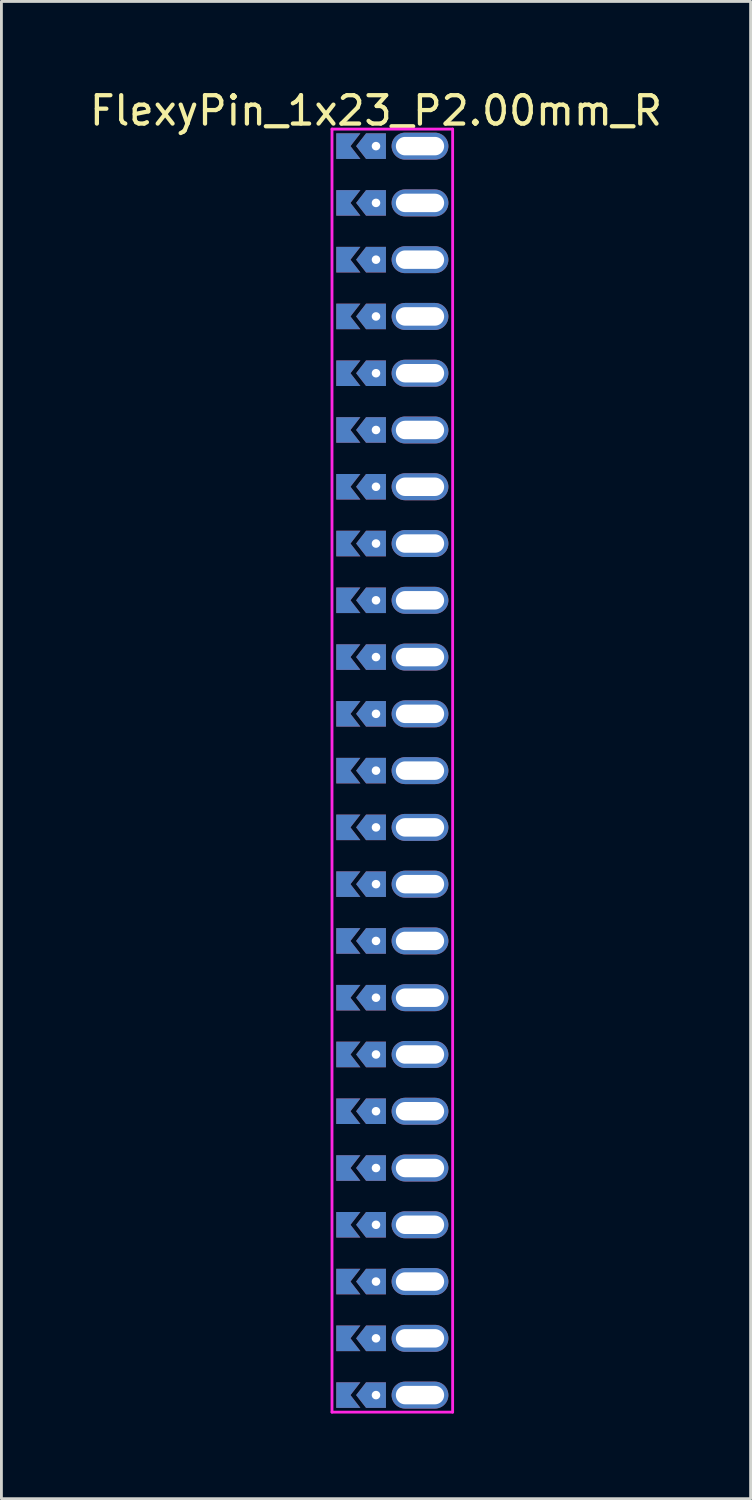
<source format=kicad_pcb>
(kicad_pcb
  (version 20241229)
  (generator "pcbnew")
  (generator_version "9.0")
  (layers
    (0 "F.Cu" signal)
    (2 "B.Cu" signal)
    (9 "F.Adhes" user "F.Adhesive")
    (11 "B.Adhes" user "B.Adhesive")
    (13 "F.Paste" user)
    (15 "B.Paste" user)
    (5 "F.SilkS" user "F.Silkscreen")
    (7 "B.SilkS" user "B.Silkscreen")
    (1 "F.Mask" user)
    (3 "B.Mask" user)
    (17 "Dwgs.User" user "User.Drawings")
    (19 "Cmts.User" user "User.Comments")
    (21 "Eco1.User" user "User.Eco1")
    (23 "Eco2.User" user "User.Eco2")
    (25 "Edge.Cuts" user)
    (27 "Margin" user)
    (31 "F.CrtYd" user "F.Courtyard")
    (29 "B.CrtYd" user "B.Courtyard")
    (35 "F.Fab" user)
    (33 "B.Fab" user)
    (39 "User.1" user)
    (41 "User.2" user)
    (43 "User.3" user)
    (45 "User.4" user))
  (footprint "FlexyPin_1x23_P2.00mm_R"
    (layer "F.Cu")
    (at 10.196 2.098)
    (property "Reference" "FlexyPin_1x23_P2.00mm_R" (at 0 -1.25 0) (layer "F.SilkS") (effects (font (size 1 1) (thickness 0.15))))
    (attr through_hole)
    (fp_line (start -1.55 -0.6) (end 2.7 -0.6) (stroke (width 0.1) (type solid)) (layer "F.CrtYd"))
    (fp_line (start -1.55 44.6) (end -1.55 -0.6) (stroke (width 0.1) (type solid)) (layer "F.CrtYd"))
    (fp_line (start 2.7 -0.6) (end 2.7 44.6) (stroke (width 0.1) (type solid)) (layer "F.CrtYd"))
    (fp_line (start 2.7 44.6) (end -1.55 44.6) (stroke (width 0.1) (type solid)) (layer "F.CrtYd"))
    (pad "" thru_hole custom (at 0 0) (size 0.3 0.3) (drill 0.6) (layers "*.Cu" "*.Mask") (options (anchor rect)) (primitives (gr_poly (pts (xy 0.35 0.45) (xy 0.35 -0.45) (xy -0.35 -0.45) (xy -0.7 0) (xy -0.35 0.45)) (width 0) (fill yes))))
    (pad "" thru_hole custom (at 0 2) (size 0.3 0.3) (drill 0.6) (layers "*.Cu" "*.Mask") (options (anchor rect)) (primitives (gr_poly (pts (xy 0.35 0.45) (xy 0.35 -0.45) (xy -0.35 -0.45) (xy -0.7 0) (xy -0.35 0.45)) (width 0) (fill yes))))
    (pad "" thru_hole custom (at 0 4) (size 0.3 0.3) (drill 0.6) (layers "*.Cu" "*.Mask") (options (anchor rect)) (primitives (gr_poly (pts (xy 0.35 0.45) (xy 0.35 -0.45) (xy -0.35 -0.45) (xy -0.7 0) (xy -0.35 0.45)) (width 0) (fill yes))))
    (pad "" thru_hole custom (at 0 6) (size 0.3 0.3) (drill 0.6) (layers "*.Cu" "*.Mask") (options (anchor rect)) (primitives (gr_poly (pts (xy 0.35 0.45) (xy 0.35 -0.45) (xy -0.35 -0.45) (xy -0.7 0) (xy -0.35 0.45)) (width 0) (fill yes))))
    (pad "" thru_hole custom (at 0 8) (size 0.3 0.3) (drill 0.6) (layers "*.Cu" "*.Mask") (options (anchor rect)) (primitives (gr_poly (pts (xy 0.35 0.45) (xy 0.35 -0.45) (xy -0.35 -0.45) (xy -0.7 0) (xy -0.35 0.45)) (width 0) (fill yes))))
    (pad "" thru_hole custom (at 0 10) (size 0.3 0.3) (drill 0.6) (layers "*.Cu" "*.Mask") (options (anchor rect)) (primitives (gr_poly (pts (xy 0.35 0.45) (xy 0.35 -0.45) (xy -0.35 -0.45) (xy -0.7 0) (xy -0.35 0.45)) (width 0) (fill yes))))
    (pad "" thru_hole custom (at 0 12) (size 0.3 0.3) (drill 0.6) (layers "*.Cu" "*.Mask") (options (anchor rect)) (primitives (gr_poly (pts (xy 0.35 0.45) (xy 0.35 -0.45) (xy -0.35 -0.45) (xy -0.7 0) (xy -0.35 0.45)) (width 0) (fill yes))))
    (pad "" thru_hole custom (at 0 14) (size 0.3 0.3) (drill 0.6) (layers "*.Cu" "*.Mask") (options (anchor rect)) (primitives (gr_poly (pts (xy 0.35 0.45) (xy 0.35 -0.45) (xy -0.35 -0.45) (xy -0.7 0) (xy -0.35 0.45)) (width 0) (fill yes))))
    (pad "" thru_hole custom (at 0 16) (size 0.3 0.3) (drill 0.6) (layers "*.Cu" "*.Mask") (options (anchor rect)) (primitives (gr_poly (pts (xy 0.35 0.45) (xy 0.35 -0.45) (xy -0.35 -0.45) (xy -0.7 0) (xy -0.35 0.45)) (width 0) (fill yes))))
    (pad "" thru_hole custom (at 0 18) (size 0.3 0.3) (drill 0.6) (layers "*.Cu" "*.Mask") (options (anchor rect)) (primitives (gr_poly (pts (xy 0.35 0.45) (xy 0.35 -0.45) (xy -0.35 -0.45) (xy -0.7 0) (xy -0.35 0.45)) (width 0) (fill yes))))
    (pad "" thru_hole custom (at 0 20) (size 0.3 0.3) (drill 0.6) (layers "*.Cu" "*.Mask") (options (anchor rect)) (primitives (gr_poly (pts (xy 0.35 0.45) (xy 0.35 -0.45) (xy -0.35 -0.45) (xy -0.7 0) (xy -0.35 0.45)) (width 0) (fill yes))))
    (pad "" thru_hole custom (at 0 22) (size 0.3 0.3) (drill 0.6) (layers "*.Cu" "*.Mask") (options (anchor rect)) (primitives (gr_poly (pts (xy 0.35 0.45) (xy 0.35 -0.45) (xy -0.35 -0.45) (xy -0.7 0) (xy -0.35 0.45)) (width 0) (fill yes))))
    (pad "" thru_hole custom (at 0 24) (size 0.3 0.3) (drill 0.6) (layers "*.Cu" "*.Mask") (options (anchor rect)) (primitives (gr_poly (pts (xy 0.35 0.45) (xy 0.35 -0.45) (xy -0.35 -0.45) (xy -0.7 0) (xy -0.35 0.45)) (width 0) (fill yes))))
    (pad "" thru_hole custom (at 0 26) (size 0.3 0.3) (drill 0.6) (layers "*.Cu" "*.Mask") (options (anchor rect)) (primitives (gr_poly (pts (xy 0.35 0.45) (xy 0.35 -0.45) (xy -0.35 -0.45) (xy -0.7 0) (xy -0.35 0.45)) (width 0) (fill yes))))
    (pad "" thru_hole custom (at 0 28) (size 0.3 0.3) (drill 0.6) (layers "*.Cu" "*.Mask") (options (anchor rect)) (primitives (gr_poly (pts (xy 0.35 0.45) (xy 0.35 -0.45) (xy -0.35 -0.45) (xy -0.7 0) (xy -0.35 0.45)) (width 0) (fill yes))))
    (pad "" thru_hole custom (at 0 30) (size 0.3 0.3) (drill 0.6) (layers "*.Cu" "*.Mask") (options (anchor rect)) (primitives (gr_poly (pts (xy 0.35 0.45) (xy 0.35 -0.45) (xy -0.35 -0.45) (xy -0.7 0) (xy -0.35 0.45)) (width 0) (fill yes))))
    (pad "" thru_hole custom (at 0 32) (size 0.3 0.3) (drill 0.6) (layers "*.Cu" "*.Mask") (options (anchor rect)) (primitives (gr_poly (pts (xy 0.35 0.45) (xy 0.35 -0.45) (xy -0.35 -0.45) (xy -0.7 0) (xy -0.35 0.45)) (width 0) (fill yes))))
    (pad "" thru_hole custom (at 0 34) (size 0.3 0.3) (drill 0.6) (layers "*.Cu" "*.Mask") (options (anchor rect)) (primitives (gr_poly (pts (xy 0.35 0.45) (xy 0.35 -0.45) (xy -0.35 -0.45) (xy -0.7 0) (xy -0.35 0.45)) (width 0) (fill yes))))
    (pad "" thru_hole custom (at 0 36) (size 0.3 0.3) (drill 0.6) (layers "*.Cu" "*.Mask") (options (anchor rect)) (primitives (gr_poly (pts (xy 0.35 0.45) (xy 0.35 -0.45) (xy -0.35 -0.45) (xy -0.7 0) (xy -0.35 0.45)) (width 0) (fill yes))))
    (pad "" thru_hole custom (at 0 38) (size 0.3 0.3) (drill 0.6) (layers "*.Cu" "*.Mask") (options (anchor rect)) (primitives (gr_poly (pts (xy 0.35 0.45) (xy 0.35 -0.45) (xy -0.35 -0.45) (xy -0.7 0) (xy -0.35 0.45)) (width 0) (fill yes))))
    (pad "" thru_hole custom (at 0 40) (size 0.3 0.3) (drill 0.6) (layers "*.Cu" "*.Mask") (options (anchor rect)) (primitives (gr_poly (pts (xy 0.35 0.45) (xy 0.35 -0.45) (xy -0.35 -0.45) (xy -0.7 0) (xy -0.35 0.45)) (width 0) (fill yes))))
    (pad "" thru_hole custom (at 0 42) (size 0.3 0.3) (drill 0.6) (layers "*.Cu" "*.Mask") (options (anchor rect)) (primitives (gr_poly (pts (xy 0.35 0.45) (xy 0.35 -0.45) (xy -0.35 -0.45) (xy -0.7 0) (xy -0.35 0.45)) (width 0) (fill yes))))
    (pad "" thru_hole custom (at 0 44) (size 0.3 0.3) (drill 0.6) (layers "*.Cu" "*.Mask") (options (anchor rect)) (primitives (gr_poly (pts (xy 0.35 0.45) (xy 0.35 -0.45) (xy -0.35 -0.45) (xy -0.7 0) (xy -0.35 0.45)) (width 0) (fill yes))))
    (pad "" thru_hole oval (at 1.55 0) (size 2 0.95) (drill oval 1.7 0.65) (layers "*.Cu" "*.Mask"))
    (pad "" thru_hole oval (at 1.55 2) (size 2 0.95) (drill oval 1.7 0.65) (layers "*.Cu" "*.Mask"))
    (pad "" thru_hole oval (at 1.55 4) (size 2 0.95) (drill oval 1.7 0.65) (layers "*.Cu" "*.Mask"))
    (pad "" thru_hole oval (at 1.55 6) (size 2 0.95) (drill oval 1.7 0.65) (layers "*.Cu" "*.Mask"))
    (pad "" thru_hole oval (at 1.55 8) (size 2 0.95) (drill oval 1.7 0.65) (layers "*.Cu" "*.Mask"))
    (pad "" thru_hole oval (at 1.55 10) (size 2 0.95) (drill oval 1.7 0.65) (layers "*.Cu" "*.Mask"))
    (pad "" thru_hole oval (at 1.55 12) (size 2 0.95) (drill oval 1.7 0.65) (layers "*.Cu" "*.Mask"))
    (pad "" thru_hole oval (at 1.55 14) (size 2 0.95) (drill oval 1.7 0.65) (layers "*.Cu" "*.Mask"))
    (pad "" thru_hole oval (at 1.55 16) (size 2 0.95) (drill oval 1.7 0.65) (layers "*.Cu" "*.Mask"))
    (pad "" thru_hole oval (at 1.55 18) (size 2 0.95) (drill oval 1.7 0.65) (layers "*.Cu" "*.Mask"))
    (pad "" thru_hole oval (at 1.55 20) (size 2 0.95) (drill oval 1.7 0.65) (layers "*.Cu" "*.Mask"))
    (pad "" thru_hole oval (at 1.55 22) (size 2 0.95) (drill oval 1.7 0.65) (layers "*.Cu" "*.Mask"))
    (pad "" thru_hole oval (at 1.55 24) (size 2 0.95) (drill oval 1.7 0.65) (layers "*.Cu" "*.Mask"))
    (pad "" thru_hole oval (at 1.55 26) (size 2 0.95) (drill oval 1.7 0.65) (layers "*.Cu" "*.Mask"))
    (pad "" thru_hole oval (at 1.55 28) (size 2 0.95) (drill oval 1.7 0.65) (layers "*.Cu" "*.Mask"))
    (pad "" thru_hole oval (at 1.55 30) (size 2 0.95) (drill oval 1.7 0.65) (layers "*.Cu" "*.Mask"))
    (pad "" thru_hole oval (at 1.55 32) (size 2 0.95) (drill oval 1.7 0.65) (layers "*.Cu" "*.Mask"))
    (pad "" thru_hole oval (at 1.55 34) (size 2 0.95) (drill oval 1.7 0.65) (layers "*.Cu" "*.Mask"))
    (pad "" thru_hole oval (at 1.55 36) (size 2 0.95) (drill oval 1.7 0.65) (layers "*.Cu" "*.Mask"))
    (pad "" thru_hole oval (at 1.55 38) (size 2 0.95) (drill oval 1.7 0.65) (layers "*.Cu" "*.Mask"))
    (pad "" thru_hole oval (at 1.55 40) (size 2 0.95) (drill oval 1.7 0.65) (layers "*.Cu" "*.Mask"))
    (pad "" thru_hole oval (at 1.55 42) (size 2 0.95) (drill oval 1.7 0.65) (layers "*.Cu" "*.Mask"))
    (pad "" thru_hole oval (at 1.55 44) (size 2 0.95) (drill oval 1.7 0.65) (layers "*.Cu" "*.Mask"))
    (pad "1" smd custom (at -0.9 0) (size 0.01 0.01) (layers "F.Cu" "F.Mask") (options (anchor rect)) (primitives (gr_poly (pts (xy 0 0) (xy 0.35 0.45) (xy -0.5 0.45) (xy -0.5 -0.45) (xy 0.35 -0.45)) (width 0) (fill yes))))
    (pad "2" smd custom (at -0.9 2) (size 0.01 0.01) (layers "F.Cu" "F.Mask") (options (anchor rect)) (primitives (gr_poly (pts (xy 0 0) (xy 0.35 0.45) (xy -0.5 0.45) (xy -0.5 -0.45) (xy 0.35 -0.45)) (width 0) (fill yes))))
    (pad "3" smd custom (at -0.9 4) (size 0.01 0.01) (layers "F.Cu" "F.Mask") (options (anchor rect)) (primitives (gr_poly (pts (xy 0 0) (xy 0.35 0.45) (xy -0.5 0.45) (xy -0.5 -0.45) (xy 0.35 -0.45)) (width 0) (fill yes))))
    (pad "4" smd custom (at -0.9 6) (size 0.01 0.01) (layers "F.Cu" "F.Mask") (options (anchor rect)) (primitives (gr_poly (pts (xy 0 0) (xy 0.35 0.45) (xy -0.5 0.45) (xy -0.5 -0.45) (xy 0.35 -0.45)) (width 0) (fill yes))))
    (pad "5" smd custom (at -0.9 8) (size 0.01 0.01) (layers "F.Cu" "F.Mask") (options (anchor rect)) (primitives (gr_poly (pts (xy 0 0) (xy 0.35 0.45) (xy -0.5 0.45) (xy -0.5 -0.45) (xy 0.35 -0.45)) (width 0) (fill yes))))
    (pad "6" smd custom (at -0.9 10) (size 0.01 0.01) (layers "F.Cu" "F.Mask") (options (anchor rect)) (primitives (gr_poly (pts (xy 0 0) (xy 0.35 0.45) (xy -0.5 0.45) (xy -0.5 -0.45) (xy 0.35 -0.45)) (width 0) (fill yes))))
    (pad "7" smd custom (at -0.9 12) (size 0.01 0.01) (layers "F.Cu" "F.Mask") (options (anchor rect)) (primitives (gr_poly (pts (xy 0 0) (xy 0.35 0.45) (xy -0.5 0.45) (xy -0.5 -0.45) (xy 0.35 -0.45)) (width 0) (fill yes))))
    (pad "8" smd custom (at -0.9 14) (size 0.01 0.01) (layers "F.Cu" "F.Mask") (options (anchor rect)) (primitives (gr_poly (pts (xy 0 0) (xy 0.35 0.45) (xy -0.5 0.45) (xy -0.5 -0.45) (xy 0.35 -0.45)) (width 0) (fill yes))))
    (pad "9" smd custom (at -0.9 16) (size 0.01 0.01) (layers "F.Cu" "F.Mask") (options (anchor rect)) (primitives (gr_poly (pts (xy 0 0) (xy 0.35 0.45) (xy -0.5 0.45) (xy -0.5 -0.45) (xy 0.35 -0.45)) (width 0) (fill yes))))
    (pad "10" smd custom (at -0.9 18) (size 0.01 0.01) (layers "F.Cu" "F.Mask") (options (anchor rect)) (primitives (gr_poly (pts (xy 0 0) (xy 0.35 0.45) (xy -0.5 0.45) (xy -0.5 -0.45) (xy 0.35 -0.45)) (width 0) (fill yes))))
    (pad "11" smd custom (at -0.9 20) (size 0.01 0.01) (layers "F.Cu" "F.Mask") (options (anchor rect)) (primitives (gr_poly (pts (xy 0 0) (xy 0.35 0.45) (xy -0.5 0.45) (xy -0.5 -0.45) (xy 0.35 -0.45)) (width 0) (fill yes))))
    (pad "12" smd custom (at -0.9 22) (size 0.01 0.01) (layers "F.Cu" "F.Mask") (options (anchor rect)) (primitives (gr_poly (pts (xy 0 0) (xy 0.35 0.45) (xy -0.5 0.45) (xy -0.5 -0.45) (xy 0.35 -0.45)) (width 0) (fill yes))))
    (pad "13" smd custom (at -0.9 24) (size 0.01 0.01) (layers "F.Cu" "F.Mask") (options (anchor rect)) (primitives (gr_poly (pts (xy 0 0) (xy 0.35 0.45) (xy -0.5 0.45) (xy -0.5 -0.45) (xy 0.35 -0.45)) (width 0) (fill yes))))
    (pad "14" smd custom (at -0.9 26) (size 0.01 0.01) (layers "F.Cu" "F.Mask") (options (anchor rect)) (primitives (gr_poly (pts (xy 0 0) (xy 0.35 0.45) (xy -0.5 0.45) (xy -0.5 -0.45) (xy 0.35 -0.45)) (width 0) (fill yes))))
    (pad "15" smd custom (at -0.9 28) (size 0.01 0.01) (layers "F.Cu" "F.Mask") (options (anchor rect)) (primitives (gr_poly (pts (xy 0 0) (xy 0.35 0.45) (xy -0.5 0.45) (xy -0.5 -0.45) (xy 0.35 -0.45)) (width 0) (fill yes))))
    (pad "16" smd custom (at -0.9 30) (size 0.01 0.01) (layers "F.Cu" "F.Mask") (options (anchor rect)) (primitives (gr_poly (pts (xy 0 0) (xy 0.35 0.45) (xy -0.5 0.45) (xy -0.5 -0.45) (xy 0.35 -0.45)) (width 0) (fill yes))))
    (pad "17" smd custom (at -0.9 32) (size 0.01 0.01) (layers "F.Cu" "F.Mask") (options (anchor rect)) (primitives (gr_poly (pts (xy 0 0) (xy 0.35 0.45) (xy -0.5 0.45) (xy -0.5 -0.45) (xy 0.35 -0.45)) (width 0) (fill yes))))
    (pad "18" smd custom (at -0.9 34) (size 0.01 0.01) (layers "F.Cu" "F.Mask") (options (anchor rect)) (primitives (gr_poly (pts (xy 0 0) (xy 0.35 0.45) (xy -0.5 0.45) (xy -0.5 -0.45) (xy 0.35 -0.45)) (width 0) (fill yes))))
    (pad "19" smd custom (at -0.9 36) (size 0.01 0.01) (layers "F.Cu" "F.Mask") (options (anchor rect)) (primitives (gr_poly (pts (xy 0 0) (xy 0.35 0.45) (xy -0.5 0.45) (xy -0.5 -0.45) (xy 0.35 -0.45)) (width 0) (fill yes))))
    (pad "20" smd custom (at -0.9 38) (size 0.01 0.01) (layers "F.Cu" "F.Mask") (options (anchor rect)) (primitives (gr_poly (pts (xy 0 0) (xy 0.35 0.45) (xy -0.5 0.45) (xy -0.5 -0.45) (xy 0.35 -0.45)) (width 0) (fill yes))))
    (pad "21" smd custom (at -0.9 40) (size 0.01 0.01) (layers "F.Cu" "F.Mask") (options (anchor rect)) (primitives (gr_poly (pts (xy 0 0) (xy 0.35 0.45) (xy -0.5 0.45) (xy -0.5 -0.45) (xy 0.35 -0.45)) (width 0) (fill yes))))
    (pad "22" smd custom (at -0.9 42) (size 0.01 0.01) (layers "F.Cu" "F.Mask") (options (anchor rect)) (primitives (gr_poly (pts (xy 0 0) (xy 0.35 0.45) (xy -0.5 0.45) (xy -0.5 -0.45) (xy 0.35 -0.45)) (width 0) (fill yes))))
    (pad "23" smd custom (at -0.9 44) (size 0.01 0.01) (layers "F.Cu" "F.Mask") (options (anchor rect)) (primitives (gr_poly (pts (xy 0 0) (xy 0.35 0.45) (xy -0.5 0.45) (xy -0.5 -0.45) (xy 0.35 -0.45)) (width 0) (fill yes))))
    (pad "24" smd custom (at -0.9 0) (size 0.01 0.01) (layers "B.Cu" "B.Mask") (options (anchor rect)) (primitives (gr_poly (pts (xy 0 0) (xy 0.35 0.45) (xy -0.5 0.45) (xy -0.5 -0.45) (xy 0.35 -0.45)) (width 0) (fill yes))))
    (pad "25" smd custom (at -0.9 2) (size 0.01 0.01) (layers "B.Cu" "B.Mask") (options (anchor rect)) (primitives (gr_poly (pts (xy 0 0) (xy 0.35 0.45) (xy -0.5 0.45) (xy -0.5 -0.45) (xy 0.35 -0.45)) (width 0) (fill yes))))
    (pad "26" smd custom (at -0.9 4) (size 0.01 0.01) (layers "B.Cu" "B.Mask") (options (anchor rect)) (primitives (gr_poly (pts (xy 0 0) (xy 0.35 0.45) (xy -0.5 0.45) (xy -0.5 -0.45) (xy 0.35 -0.45)) (width 0) (fill yes))))
    (pad "27" smd custom (at -0.9 6) (size 0.01 0.01) (layers "B.Cu" "B.Mask") (options (anchor rect)) (primitives (gr_poly (pts (xy 0 0) (xy 0.35 0.45) (xy -0.5 0.45) (xy -0.5 -0.45) (xy 0.35 -0.45)) (width 0) (fill yes))))
    (pad "28" smd custom (at -0.9 8) (size 0.01 0.01) (layers "B.Cu" "B.Mask") (options (anchor rect)) (primitives (gr_poly (pts (xy 0 0) (xy 0.35 0.45) (xy -0.5 0.45) (xy -0.5 -0.45) (xy 0.35 -0.45)) (width 0) (fill yes))))
    (pad "29" smd custom (at -0.9 10) (size 0.01 0.01) (layers "B.Cu" "B.Mask") (options (anchor rect)) (primitives (gr_poly (pts (xy 0 0) (xy 0.35 0.45) (xy -0.5 0.45) (xy -0.5 -0.45) (xy 0.35 -0.45)) (width 0) (fill yes))))
    (pad "30" smd custom (at -0.9 12) (size 0.01 0.01) (layers "B.Cu" "B.Mask") (options (anchor rect)) (primitives (gr_poly (pts (xy 0 0) (xy 0.35 0.45) (xy -0.5 0.45) (xy -0.5 -0.45) (xy 0.35 -0.45)) (width 0) (fill yes))))
    (pad "31" smd custom (at -0.9 14) (size 0.01 0.01) (layers "B.Cu" "B.Mask") (options (anchor rect)) (primitives (gr_poly (pts (xy 0 0) (xy 0.35 0.45) (xy -0.5 0.45) (xy -0.5 -0.45) (xy 0.35 -0.45)) (width 0) (fill yes))))
    (pad "32" smd custom (at -0.9 16) (size 0.01 0.01) (layers "B.Cu" "B.Mask") (options (anchor rect)) (primitives (gr_poly (pts (xy 0 0) (xy 0.35 0.45) (xy -0.5 0.45) (xy -0.5 -0.45) (xy 0.35 -0.45)) (width 0) (fill yes))))
    (pad "33" smd custom (at -0.9 18) (size 0.01 0.01) (layers "B.Cu" "B.Mask") (options (anchor rect)) (primitives (gr_poly (pts (xy 0 0) (xy 0.35 0.45) (xy -0.5 0.45) (xy -0.5 -0.45) (xy 0.35 -0.45)) (width 0) (fill yes))))
    (pad "34" smd custom (at -0.9 20) (size 0.01 0.01) (layers "B.Cu" "B.Mask") (options (anchor rect)) (primitives (gr_poly (pts (xy 0 0) (xy 0.35 0.45) (xy -0.5 0.45) (xy -0.5 -0.45) (xy 0.35 -0.45)) (width 0) (fill yes))))
    (pad "35" smd custom (at -0.9 22) (size 0.01 0.01) (layers "B.Cu" "B.Mask") (options (anchor rect)) (primitives (gr_poly (pts (xy 0 0) (xy 0.35 0.45) (xy -0.5 0.45) (xy -0.5 -0.45) (xy 0.35 -0.45)) (width 0) (fill yes))))
    (pad "36" smd custom (at -0.9 24) (size 0.01 0.01) (layers "B.Cu" "B.Mask") (options (anchor rect)) (primitives (gr_poly (pts (xy 0 0) (xy 0.35 0.45) (xy -0.5 0.45) (xy -0.5 -0.45) (xy 0.35 -0.45)) (width 0) (fill yes))))
    (pad "37" smd custom (at -0.9 26) (size 0.01 0.01) (layers "B.Cu" "B.Mask") (options (anchor rect)) (primitives (gr_poly (pts (xy 0 0) (xy 0.35 0.45) (xy -0.5 0.45) (xy -0.5 -0.45) (xy 0.35 -0.45)) (width 0) (fill yes))))
    (pad "38" smd custom (at -0.9 28) (size 0.01 0.01) (layers "B.Cu" "B.Mask") (options (anchor rect)) (primitives (gr_poly (pts (xy 0 0) (xy 0.35 0.45) (xy -0.5 0.45) (xy -0.5 -0.45) (xy 0.35 -0.45)) (width 0) (fill yes))))
    (pad "39" smd custom (at -0.9 30) (size 0.01 0.01) (layers "B.Cu" "B.Mask") (options (anchor rect)) (primitives (gr_poly (pts (xy 0 0) (xy 0.35 0.45) (xy -0.5 0.45) (xy -0.5 -0.45) (xy 0.35 -0.45)) (width 0) (fill yes))))
    (pad "40" smd custom (at -0.9 32) (size 0.01 0.01) (layers "B.Cu" "B.Mask") (options (anchor rect)) (primitives (gr_poly (pts (xy 0 0) (xy 0.35 0.45) (xy -0.5 0.45) (xy -0.5 -0.45) (xy 0.35 -0.45)) (width 0) (fill yes))))
    (pad "41" smd custom (at -0.9 34) (size 0.01 0.01) (layers "B.Cu" "B.Mask") (options (anchor rect)) (primitives (gr_poly (pts (xy 0 0) (xy 0.35 0.45) (xy -0.5 0.45) (xy -0.5 -0.45) (xy 0.35 -0.45)) (width 0) (fill yes))))
    (pad "42" smd custom (at -0.9 36) (size 0.01 0.01) (layers "B.Cu" "B.Mask") (options (anchor rect)) (primitives (gr_poly (pts (xy 0 0) (xy 0.35 0.45) (xy -0.5 0.45) (xy -0.5 -0.45) (xy 0.35 -0.45)) (width 0) (fill yes))))
    (pad "43" smd custom (at -0.9 38) (size 0.01 0.01) (layers "B.Cu" "B.Mask") (options (anchor rect)) (primitives (gr_poly (pts (xy 0 0) (xy 0.35 0.45) (xy -0.5 0.45) (xy -0.5 -0.45) (xy 0.35 -0.45)) (width 0) (fill yes))))
    (pad "44" smd custom (at -0.9 40) (size 0.01 0.01) (layers "B.Cu" "B.Mask") (options (anchor rect)) (primitives (gr_poly (pts (xy 0 0) (xy 0.35 0.45) (xy -0.5 0.45) (xy -0.5 -0.45) (xy 0.35 -0.45)) (width 0) (fill yes))))
    (pad "45" smd custom (at -0.9 42) (size 0.01 0.01) (layers "B.Cu" "B.Mask") (options (anchor rect)) (primitives (gr_poly (pts (xy 0 0) (xy 0.35 0.45) (xy -0.5 0.45) (xy -0.5 -0.45) (xy 0.35 -0.45)) (width 0) (fill yes))))
    (pad "46" smd custom (at -0.9 44) (size 0.01 0.01) (layers "B.Cu" "B.Mask") (options (anchor rect)) (primitives (gr_poly (pts (xy 0 0) (xy 0.35 0.45) (xy -0.5 0.45) (xy -0.5 -0.45) (xy 0.35 -0.45)) (width 0) (fill yes)))))
  (gr_rect
    (start -3 -3)
    (end 23.393 49.748)
    (stroke (width 0.1) (type default))
    (fill no)
    (layer "Edge.Cuts")))
</source>
